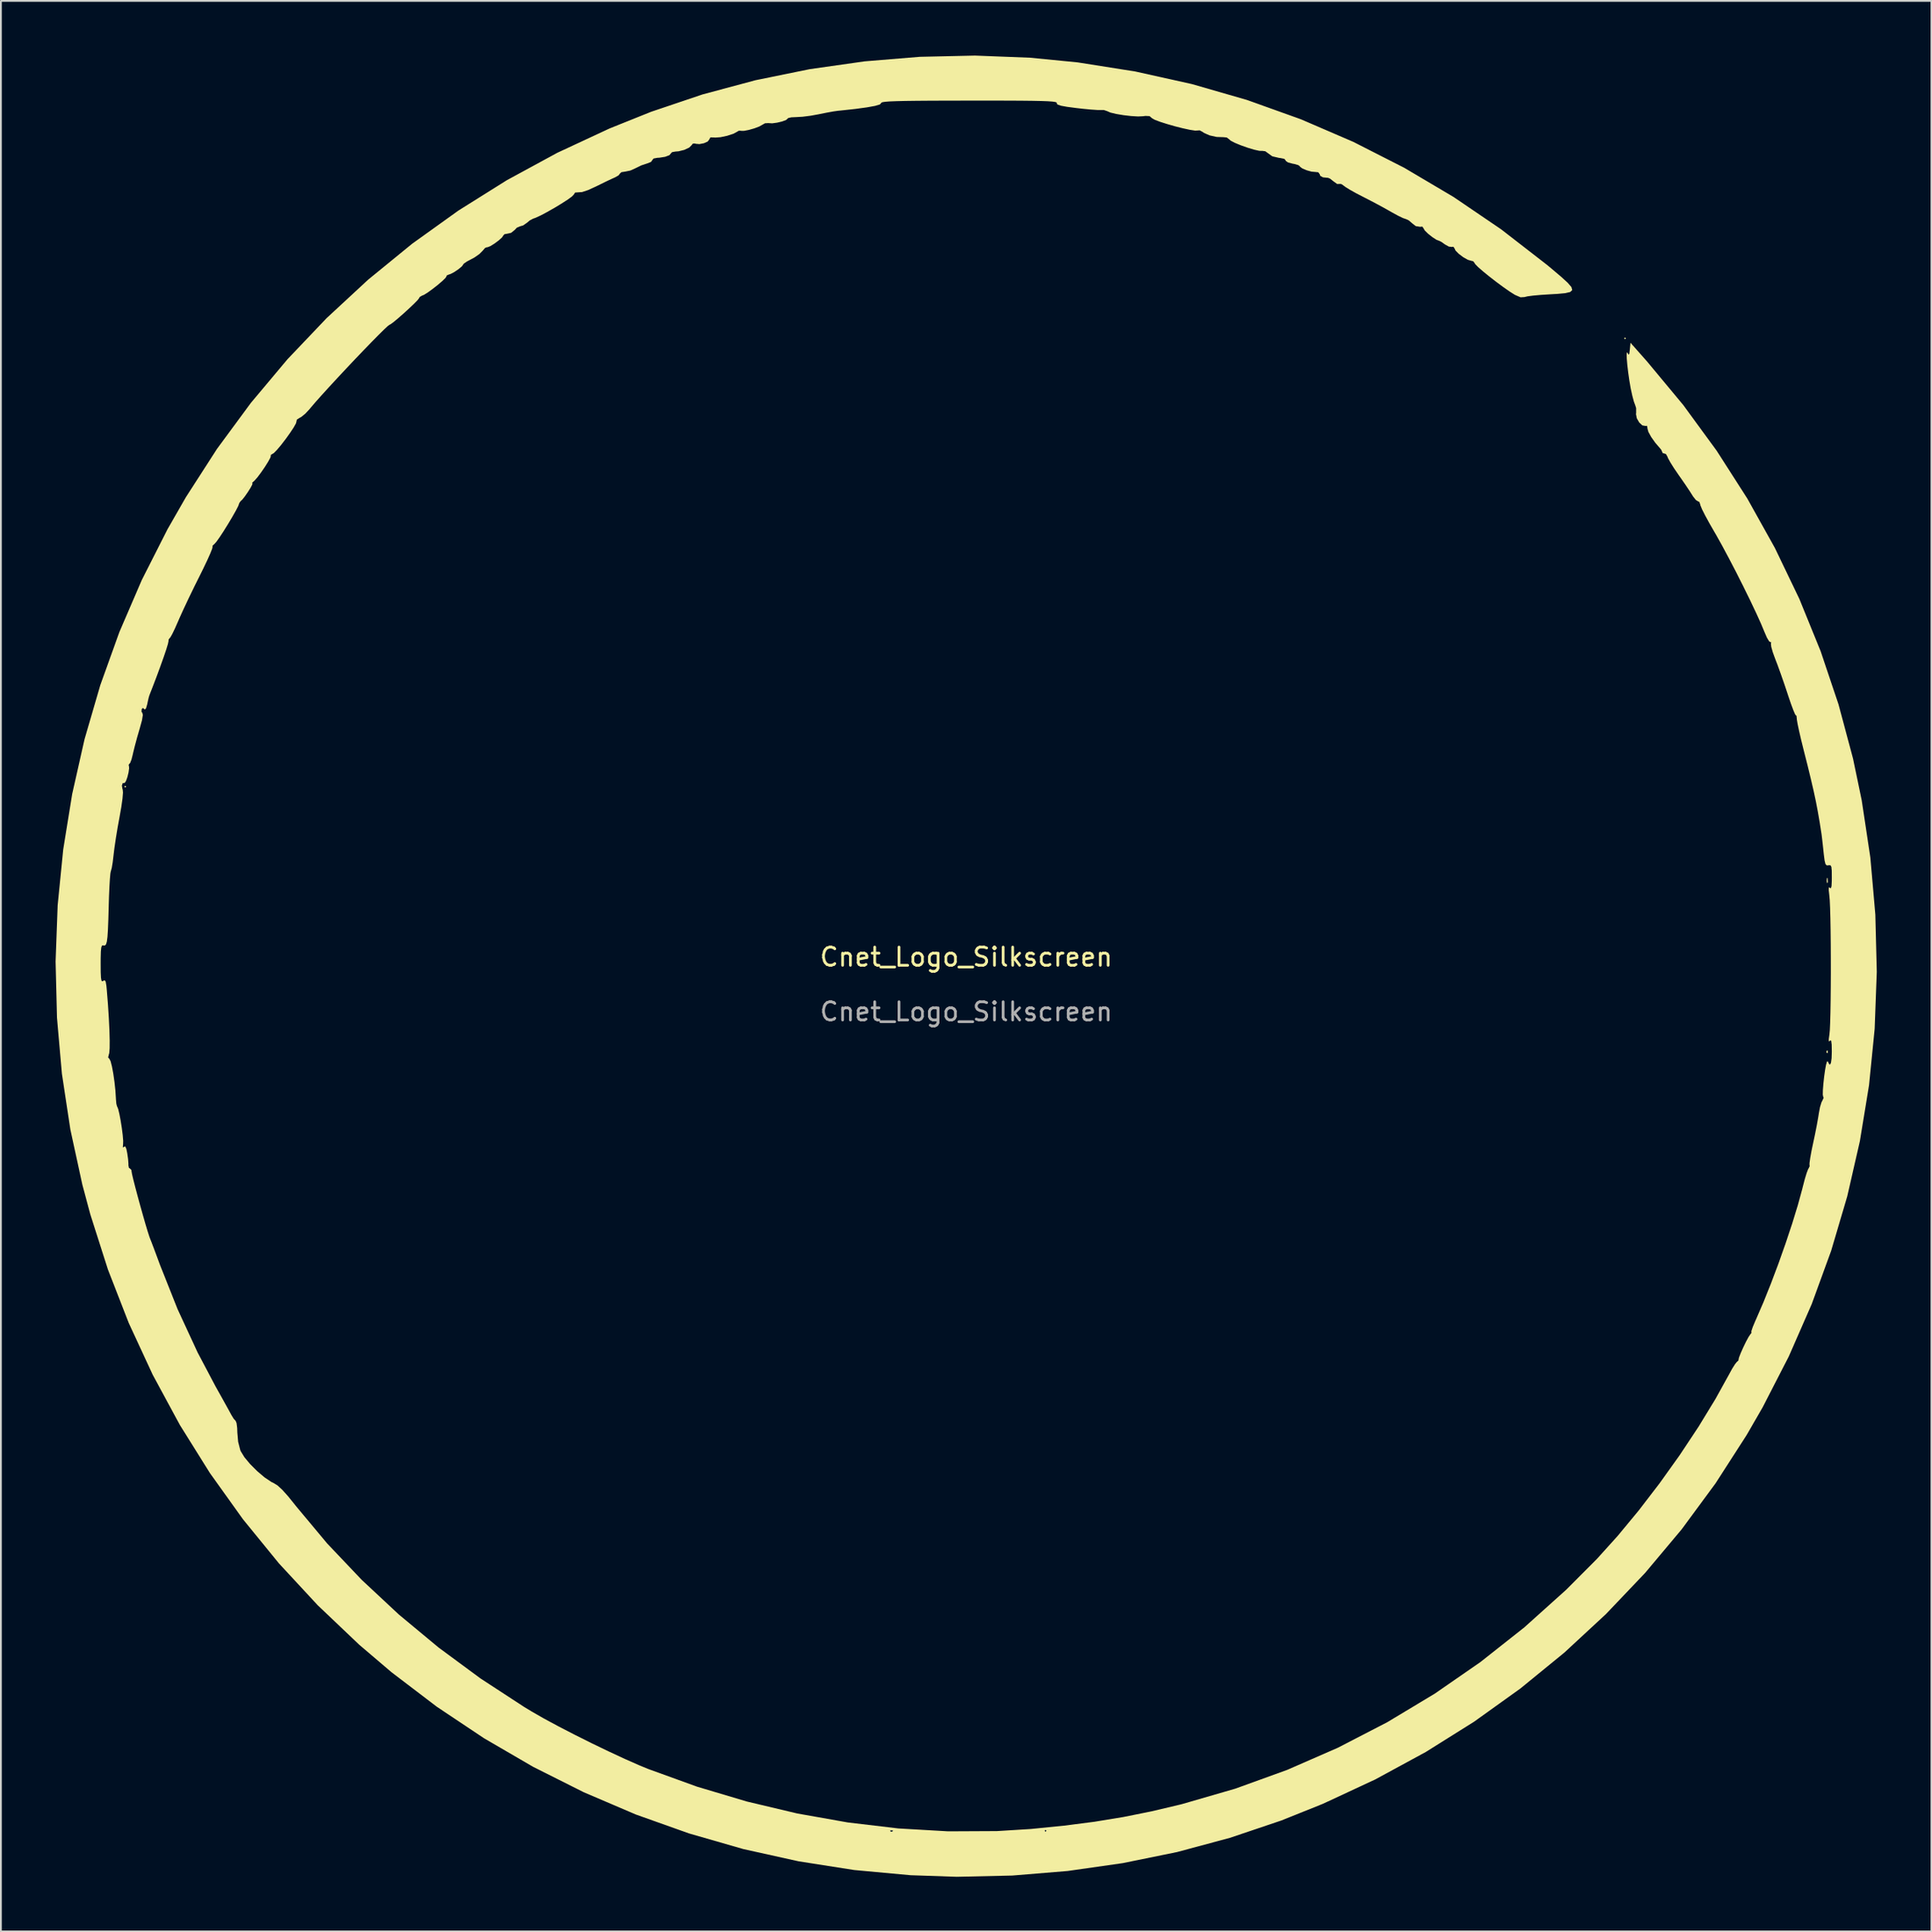
<source format=kicad_pcb>
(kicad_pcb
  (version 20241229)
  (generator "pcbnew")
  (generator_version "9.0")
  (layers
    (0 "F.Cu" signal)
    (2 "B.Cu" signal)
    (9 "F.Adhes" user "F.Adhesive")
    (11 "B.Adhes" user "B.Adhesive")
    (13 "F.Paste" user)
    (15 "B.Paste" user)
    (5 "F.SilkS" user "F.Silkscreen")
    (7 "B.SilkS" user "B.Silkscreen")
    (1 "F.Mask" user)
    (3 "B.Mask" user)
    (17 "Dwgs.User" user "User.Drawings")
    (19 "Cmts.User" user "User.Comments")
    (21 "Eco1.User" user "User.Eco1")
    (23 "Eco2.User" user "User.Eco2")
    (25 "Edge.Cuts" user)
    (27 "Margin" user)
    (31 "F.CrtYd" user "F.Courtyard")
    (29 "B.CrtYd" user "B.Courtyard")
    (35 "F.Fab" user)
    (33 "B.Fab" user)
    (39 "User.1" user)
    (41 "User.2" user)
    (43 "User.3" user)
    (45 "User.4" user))
  (footprint "Cnet_Logo_Silkscreen"
    (layer "F.Cu")
    (at 49.974 49.967)
    (property "Reference" "Cnet_Logo_Silkscreen" (at 0 -0.5 0) (unlocked yes) (layer "F.SilkS") (effects (font (size 1 1) (thickness 0.15))))
    (fp_poly (pts (xy -46.1 -9.85) (xy -46.15 -9.8) (xy -46.2 -9.85) (xy -46.15 -9.9)) (stroke (width 0) (type solid)) (fill yes) (layer "F.SilkS"))
    (fp_poly (pts (xy 36.2 -34.45) (xy 36.15 -34.4) (xy 36.1 -34.45) (xy 36.15 -34.5)) (stroke (width 0) (type solid)) (fill yes) (layer "F.SilkS"))
    (fp_poly (pts (xy 47.266 -4.825) (xy 47.279 -4.62) (xy 47.266 -4.575) (xy 47.23 -4.562) (xy 47.216 -4.7) (xy 47.232 -4.842)) (stroke (width 0) (type solid)) (fill yes) (layer "F.SilkS"))
    (fp_poly (pts (xy 47.267 4.633) (xy 47.279 4.752) (xy 47.267 4.767) (xy 47.207 4.753) (xy 47.2 4.7) (xy 47.237 4.618)) (stroke (width 0) (type solid)) (fill yes) (layer "F.SilkS"))
    (fp_poly (pts (xy 3.495 -49.85) (xy 6.113 -49.594) (xy 9.28 -49.093) (xy 12.38 -48.404) (xy 15.41 -47.53) (xy 18.365 -46.471) (xy 21.241 -45.231) (xy 24.033 -43.81) (xy 26.738 -42.21) (xy 29.352 -40.433) (xy 31.869 -38.482) (xy 32.119 -38.274) (xy 32.639 -37.834) (xy 33.002 -37.503) (xy 33.208 -37.264) (xy 33.254 -37.099) (xy 33.141 -36.993) (xy 32.866 -36.929) (xy 32.429 -36.889) (xy 32.024 -36.866) (xy 31.535 -36.835) (xy 31.11 -36.797) (xy 30.795 -36.755) (xy 30.633 -36.716) (xy 30.631 -36.715) (xy 30.418 -36.702) (xy 30.105 -36.838) (xy 29.816 -37.021) (xy 29.463 -37.268) (xy 29.079 -37.552) (xy 28.699 -37.847) (xy 28.358 -38.125) (xy 28.09 -38.359) (xy 27.93 -38.522) (xy 27.9 -38.575) (xy 27.818 -38.682) (xy 27.73 -38.7) (xy 27.53 -38.758) (xy 27.275 -38.902) (xy 27.028 -39.087) (xy 26.85 -39.267) (xy 26.8 -39.374) (xy 26.733 -39.476) (xy 26.656 -39.466) (xy 26.483 -39.484) (xy 26.267 -39.604) (xy 26.266 -39.606) (xy 26.075 -39.742) (xy 25.958 -39.8) (xy 25.957 -39.8) (xy 25.801 -39.859) (xy 25.577 -40.006) (xy 25.344 -40.19) (xy 25.165 -40.365) (xy 25.1 -40.475) (xy 25.03 -40.581) (xy 24.901 -40.571) (xy 24.665 -40.609) (xy 24.476 -40.758) (xy 24.282 -40.924) (xy 24.122 -40.998) (xy 24.117 -40.998) (xy 23.972 -41.047) (xy 23.708 -41.174) (xy 23.378 -41.353) (xy 23.317 -41.388) (xy 22.904 -41.621) (xy 22.403 -41.891) (xy 21.909 -42.147) (xy 21.8 -42.203) (xy 21.406 -42.407) (xy 21.065 -42.597) (xy 20.827 -42.743) (xy 20.765 -42.789) (xy 20.609 -42.903) (xy 20.54 -42.925) (xy 20.353 -42.919) (xy 20.141 -43.073) (xy 19.965 -43.213) (xy 19.859 -43.258) (xy 19.668 -43.276) (xy 19.575 -43.285) (xy 19.426 -43.368) (xy 19.4 -43.449) (xy 19.317 -43.564) (xy 19.169 -43.579) (xy 18.945 -43.599) (xy 18.68 -43.673) (xy 18.444 -43.772) (xy 18.31 -43.872) (xy 18.3 -43.899) (xy 18.212 -43.96) (xy 17.991 -44.022) (xy 17.9 -44.038) (xy 17.654 -44.104) (xy 17.53 -44.19) (xy 17.525 -44.218) (xy 17.453 -44.301) (xy 17.225 -44.347) (xy 17.172 -44.351) (xy 16.795 -44.439) (xy 16.597 -44.581) (xy 16.409 -44.717) (xy 16.253 -44.737) (xy 16.085 -44.74) (xy 15.795 -44.805) (xy 15.438 -44.912) (xy 15.068 -45.043) (xy 14.739 -45.179) (xy 14.507 -45.3) (xy 14.427 -45.373) (xy 14.296 -45.472) (xy 14.112 -45.489) (xy 13.739 -45.502) (xy 13.353 -45.588) (xy 13.046 -45.723) (xy 12.981 -45.771) (xy 12.809 -45.864) (xy 12.711 -45.857) (xy 12.563 -45.849) (xy 12.273 -45.893) (xy 11.888 -45.977) (xy 11.454 -46.086) (xy 11.021 -46.21) (xy 10.633 -46.334) (xy 10.339 -46.446) (xy 10.186 -46.533) (xy 10.177 -46.544) (xy 10.059 -46.645) (xy 9.832 -46.656) (xy 9.706 -46.639) (xy 9.426 -46.626) (xy 9.045 -46.649) (xy 8.624 -46.698) (xy 8.224 -46.765) (xy 7.905 -46.842) (xy 7.734 -46.917) (xy 7.548 -46.98) (xy 7.384 -46.981) (xy 7.192 -46.981) (xy 6.853 -47.004) (xy 6.419 -47.045) (xy 6.033 -47.089) (xy 5.531 -47.155) (xy 5.203 -47.215) (xy 5.023 -47.273) (xy 4.964 -47.336) (xy 4.969 -47.363) (xy 4.955 -47.394) (xy 4.878 -47.421) (xy 4.721 -47.443) (xy 4.47 -47.461) (xy 4.11 -47.474) (xy 3.626 -47.484) (xy 3.002 -47.491) (xy 2.223 -47.495) (xy 1.274 -47.496) (xy 0.152 -47.496) (xy -0.988 -47.494) (xy -1.941 -47.491) (xy -2.724 -47.485) (xy -3.352 -47.477) (xy -3.837 -47.465) (xy -4.197 -47.451) (xy -4.444 -47.432) (xy -4.594 -47.409) (xy -4.662 -47.382) (xy -4.667 -47.36) (xy -4.739 -47.286) (xy -5.004 -47.207) (xy -5.454 -47.125) (xy -6.083 -47.039) (xy -6.884 -46.952) (xy -7.05 -46.936) (xy -7.296 -46.901) (xy -7.661 -46.835) (xy -8.069 -46.753) (xy -8.1 -46.746) (xy -8.544 -46.666) (xy -8.984 -46.61) (xy -9.325 -46.591) (xy -9.602 -46.578) (xy -9.773 -46.538) (xy -9.8 -46.51) (xy -9.888 -46.432) (xy -10.105 -46.351) (xy -10.383 -46.285) (xy -10.65 -46.249) (xy -10.839 -46.26) (xy -10.847 -46.263) (xy -11.044 -46.252) (xy -11.179 -46.176) (xy -11.357 -46.076) (xy -11.631 -45.973) (xy -11.935 -45.886) (xy -12.201 -45.835) (xy -12.363 -45.836) (xy -12.378 -45.845) (xy -12.489 -45.839) (xy -12.552 -45.799) (xy -12.782 -45.676) (xy -13.124 -45.565) (xy -13.487 -45.488) (xy -13.785 -45.467) (xy -13.842 -45.474) (xy -14.04 -45.477) (xy -14.1 -45.37) (xy -14.1 -45.366) (xy -14.187 -45.251) (xy -14.394 -45.158) (xy -14.644 -45.11) (xy -14.855 -45.128) (xy -14.894 -45.146) (xy -15.015 -45.13) (xy -15.059 -45.063) (xy -15.201 -44.92) (xy -15.469 -44.794) (xy -15.789 -44.714) (xy -15.965 -44.7) (xy -16.146 -44.666) (xy -16.2 -44.607) (xy -16.29 -44.501) (xy -16.524 -44.413) (xy -16.843 -44.362) (xy -16.95 -44.357) (xy -17.16 -44.318) (xy -17.227 -44.232) (xy -17.297 -44.133) (xy -17.498 -44.051) (xy -17.519 -44.046) (xy -17.833 -43.941) (xy -18.142 -43.789) (xy -18.433 -43.658) (xy -18.714 -43.601) (xy -18.725 -43.6) (xy -18.925 -43.568) (xy -19 -43.498) (xy -19.083 -43.391) (xy -19.275 -43.283) (xy -19.493 -43.185) (xy -19.826 -43.027) (xy -20.211 -42.837) (xy -20.307 -42.79) (xy -20.747 -42.588) (xy -21.083 -42.477) (xy -21.272 -42.464) (xy -21.465 -42.45) (xy -21.541 -42.334) (xy -21.644 -42.228) (xy -21.883 -42.056) (xy -22.215 -41.842) (xy -22.599 -41.61) (xy -22.993 -41.386) (xy -23.353 -41.195) (xy -23.64 -41.062) (xy -23.772 -41.016) (xy -23.951 -40.922) (xy -24.109 -40.791) (xy -24.316 -40.646) (xy -24.476 -40.6) (xy -24.664 -40.522) (xy -24.777 -40.4) (xy -24.975 -40.24) (xy -25.151 -40.2) (xy -25.338 -40.166) (xy -25.4 -40.101) (xy -25.475 -39.987) (xy -25.658 -39.822) (xy -25.893 -39.648) (xy -26.118 -39.509) (xy -26.274 -39.447) (xy -26.302 -39.451) (xy -26.404 -39.412) (xy -26.534 -39.261) (xy -26.717 -39.076) (xy -27 -38.88) (xy -27.145 -38.803) (xy -27.405 -38.664) (xy -27.57 -38.551) (xy -27.6 -38.51) (xy -27.677 -38.4) (xy -27.866 -38.243) (xy -28.099 -38.086) (xy -28.31 -37.977) (xy -28.385 -37.955) (xy -28.512 -37.9) (xy -28.52 -37.859) (xy -28.577 -37.765) (xy -28.754 -37.593) (xy -29.005 -37.378) (xy -29.288 -37.157) (xy -29.555 -36.963) (xy -29.764 -36.834) (xy -29.855 -36.8) (xy -29.994 -36.719) (xy -30.018 -36.667) (xy -30.099 -36.558) (xy -30.294 -36.358) (xy -30.562 -36.103) (xy -30.864 -35.826) (xy -31.163 -35.564) (xy -31.419 -35.35) (xy -31.593 -35.222) (xy -31.64 -35.2) (xy -31.738 -35.13) (xy -31.95 -34.933) (xy -32.256 -34.63) (xy -32.638 -34.243) (xy -33.074 -33.792) (xy -33.546 -33.299) (xy -34.032 -32.784) (xy -34.513 -32.269) (xy -34.969 -31.775) (xy -35.38 -31.323) (xy -35.726 -30.934) (xy -35.987 -30.628) (xy -36.039 -30.564) (xy -36.271 -30.315) (xy -36.498 -30.132) (xy -36.581 -30.089) (xy -36.734 -29.99) (xy -36.752 -29.903) (xy -36.782 -29.786) (xy -36.911 -29.556) (xy -37.11 -29.256) (xy -37.348 -28.924) (xy -37.595 -28.603) (xy -37.822 -28.333) (xy -37.998 -28.154) (xy -38.081 -28.104) (xy -38.169 -28.052) (xy -38.159 -28.015) (xy -38.189 -27.902) (xy -38.31 -27.678) (xy -38.49 -27.392) (xy -38.697 -27.091) (xy -38.899 -26.822) (xy -39.064 -26.634) (xy -39.124 -26.583) (xy -39.193 -26.513) (xy -39.17 -26.502) (xy -39.179 -26.43) (xy -39.274 -26.251) (xy -39.421 -26.017) (xy -39.584 -25.782) (xy -39.73 -25.597) (xy -39.819 -25.517) (xy -39.899 -25.403) (xy -39.9 -25.388) (xy -39.951 -25.248) (xy -40.087 -24.985) (xy -40.282 -24.641) (xy -40.511 -24.258) (xy -40.748 -23.877) (xy -40.969 -23.54) (xy -41.148 -23.288) (xy -41.259 -23.162) (xy -41.269 -23.157) (xy -41.366 -23.063) (xy -41.358 -23.013) (xy -41.383 -22.899) (xy -41.487 -22.639) (xy -41.656 -22.263) (xy -41.876 -21.801) (xy -42.081 -21.388) (xy -42.377 -20.794) (xy -42.674 -20.18) (xy -42.946 -19.602) (xy -43.167 -19.116) (xy -43.25 -18.925) (xy -43.421 -18.536) (xy -43.57 -18.228) (xy -43.676 -18.04) (xy -43.714 -18) (xy -43.772 -17.918) (xy -43.778 -17.825) (xy -43.81 -17.674) (xy -43.903 -17.37) (xy -44.047 -16.946) (xy -44.229 -16.435) (xy -44.438 -15.869) (xy -44.662 -15.282) (xy -44.773 -15) (xy -44.828 -14.858) (xy -44.865 -14.735) (xy -44.908 -14.547) (xy -44.946 -14.365) (xy -45.013 -14.139) (xy -45.081 -14.081) (xy -45.1 -14.101) (xy -45.187 -14.169) (xy -45.25 -14.099) (xy -45.258 -13.953) (xy -45.218 -13.911) (xy -45.186 -13.785) (xy -45.233 -13.491) (xy -45.362 -13.021) (xy -45.369 -12.997) (xy -45.504 -12.533) (xy -45.629 -12.068) (xy -45.722 -11.688) (xy -45.735 -11.625) (xy -45.809 -11.333) (xy -45.885 -11.143) (xy -45.927 -11.1) (xy -45.968 -11.038) (xy -45.953 -11.005) (xy -45.938 -10.864) (xy -45.97 -10.632) (xy -46.033 -10.374) (xy -46.11 -10.159) (xy -46.182 -10.052) (xy -46.203 -10.052) (xy -46.296 -10.037) (xy -46.336 -9.9) (xy -46.304 -9.718) (xy -46.29 -9.689) (xy -46.275 -9.524) (xy -46.302 -9.194) (xy -46.368 -8.729) (xy -46.463 -8.189) (xy -46.568 -7.612) (xy -46.665 -7.025) (xy -46.743 -6.498) (xy -46.793 -6.097) (xy -46.793 -6.092) (xy -46.838 -5.711) (xy -46.888 -5.404) (xy -46.934 -5.228) (xy -46.94 -5.216) (xy -46.966 -5.083) (xy -46.993 -4.783) (xy -47.019 -4.352) (xy -47.042 -3.823) (xy -47.059 -3.274) (xy -47.079 -2.549) (xy -47.101 -2.001) (xy -47.127 -1.608) (xy -47.161 -1.347) (xy -47.206 -1.196) (xy -47.265 -1.132) (xy -47.34 -1.133) (xy -47.359 -1.14) (xy -47.423 -1.132) (xy -47.465 -1.029) (xy -47.489 -0.803) (xy -47.499 -0.422) (xy -47.5 -0.135) (xy -47.497 0.336) (xy -47.483 0.635) (xy -47.456 0.792) (xy -47.41 0.835) (xy -47.359 0.807) (xy -47.279 0.772) (xy -47.225 0.851) (xy -47.186 1.076) (xy -47.163 1.32) (xy -47.099 2.118) (xy -47.051 2.862) (xy -47.019 3.525) (xy -47.004 4.082) (xy -47.007 4.507) (xy -47.029 4.774) (xy -47.05 4.846) (xy -47.09 5.011) (xy -47.021 5.087) (xy -46.955 5.216) (xy -46.882 5.499) (xy -46.809 5.892) (xy -46.743 6.349) (xy -46.692 6.824) (xy -46.663 7.272) (xy -46.662 7.3) (xy -46.64 7.547) (xy -46.602 7.693) (xy -46.596 7.7) (xy -46.54 7.834) (xy -46.473 8.113) (xy -46.403 8.482) (xy -46.339 8.887) (xy -46.29 9.272) (xy -46.264 9.585) (xy -46.268 9.754) (xy -46.283 9.938) (xy -46.238 9.938) (xy -46.221 9.915) (xy -46.152 9.889) (xy -46.089 10.036) (xy -46.042 10.265) (xy -45.996 10.588) (xy -45.976 10.849) (xy -45.978 10.925) (xy -45.949 11.072) (xy -45.899 11.1) (xy -45.816 11.182) (xy -45.802 11.275) (xy -45.776 11.424) (xy -45.705 11.726) (xy -45.599 12.142) (xy -45.468 12.632) (xy -45.324 13.159) (xy -45.177 13.684) (xy -45.038 14.166) (xy -44.917 14.568) (xy -44.826 14.851) (xy -44.789 14.95) (xy -44.722 15.117) (xy -44.603 15.429) (xy -44.448 15.844) (xy -44.273 16.317) (xy -44.253 16.372) (xy -43.278 18.826) (xy -42.178 21.203) (xy -41.203 23.05) (xy -40.933 23.532) (xy -40.688 23.972) (xy -40.489 24.332) (xy -40.358 24.572) (xy -40.331 24.623) (xy -40.2 24.836) (xy -40.094 24.954) (xy -40.043 25.078) (xy -40.009 25.339) (xy -40 25.598) (xy -39.956 26.1) (xy -39.839 26.556) (xy -39.814 26.618) (xy -39.615 26.945) (xy -39.298 27.326) (xy -38.911 27.712) (xy -38.507 28.055) (xy -38.137 28.303) (xy -38.013 28.363) (xy -37.8 28.493) (xy -37.538 28.732) (xy -37.209 29.099) (xy -36.793 29.616) (xy -36.78 29.633) (xy -35.067 31.685) (xy -33.18 33.673) (xy -31.136 35.581) (xy -28.957 37.391) (xy -26.66 39.086) (xy -24.266 40.649) (xy -23.842 40.906) (xy -23.183 41.284) (xy -22.385 41.714) (xy -21.495 42.174) (xy -20.559 42.642) (xy -19.623 43.093) (xy -18.734 43.506) (xy -17.939 43.857) (xy -17.45 44.058) (xy -14.773 45.028) (xy -12.041 45.842) (xy -9.276 46.498) (xy -6.499 46.991) (xy -3.732 47.319) (xy -0.996 47.478) (xy 1.685 47.465) (xy 1.927 47.45) (xy 4.3 47.45) (xy 4.35 47.5) (xy 4.4 47.45) (xy 4.35 47.4) (xy 4.3 47.45) (xy 1.927 47.45) (xy 3.55 47.349) (xy 5.362 47.168) (xy 7.033 46.953) (xy 8.619 46.693) (xy 10.179 46.379) (xy 11.768 46.003) (xy 11.834 45.986) (xy 14.758 45.139) (xy 17.613 44.106) (xy 20.393 42.891) (xy 23.09 41.497) (xy 25.699 39.93) (xy 28.211 38.192) (xy 30.62 36.289) (xy 32.92 34.223) (xy 34.602 32.536) (xy 35.74 31.275) (xy 36.899 29.875) (xy 38.047 28.379) (xy 39.154 26.829) (xy 40.188 25.269) (xy 41.118 23.743) (xy 41.847 22.425) (xy 42.031 22.09) (xy 42.19 21.837) (xy 42.295 21.708) (xy 42.312 21.7) (xy 42.378 21.633) (xy 42.375 21.618) (xy 42.402 21.487) (xy 42.498 21.237) (xy 42.636 20.925) (xy 42.79 20.609) (xy 42.932 20.345) (xy 43.036 20.19) (xy 43.05 20.177) (xy 43.1 20.109) (xy 43.081 20.102) (xy 43.087 20.018) (xy 43.163 19.796) (xy 43.296 19.478) (xy 43.346 19.366) (xy 43.74 18.458) (xy 44.151 17.433) (xy 44.563 16.34) (xy 44.958 15.225) (xy 45.32 14.137) (xy 45.631 13.125) (xy 45.874 12.236) (xy 45.91 12.093) (xy 46.017 11.682) (xy 46.119 11.347) (xy 46.2 11.135) (xy 46.232 11.086) (xy 46.285 10.966) (xy 46.274 10.936) (xy 46.274 10.809) (xy 46.313 10.531) (xy 46.383 10.143) (xy 46.465 9.75) (xy 46.574 9.236) (xy 46.675 8.727) (xy 46.752 8.296) (xy 46.785 8.084) (xy 46.848 7.744) (xy 46.93 7.474) (xy 46.985 7.367) (xy 47.05 7.223) (xy 47.023 7.164) (xy 47.002 7.052) (xy 47.008 6.796) (xy 47.035 6.45) (xy 47.077 6.068) (xy 47.128 5.703) (xy 47.182 5.409) (xy 47.232 5.24) (xy 47.243 5.224) (xy 47.296 5.243) (xy 47.3 5.283) (xy 47.367 5.393) (xy 47.4 5.4) (xy 47.451 5.307) (xy 47.486 5.057) (xy 47.498 4.691) (xy 47.498 4.675) (xy 47.49 4.301) (xy 47.465 4.105) (xy 47.419 4.07) (xy 47.39 4.1) (xy 47.335 4.136) (xy 47.33 4.007) (xy 47.366 3.75) (xy 47.389 3.507) (xy 47.407 3.095) (xy 47.422 2.544) (xy 47.433 1.885) (xy 47.44 1.148) (xy 47.444 0.364) (xy 47.443 -0.436) (xy 47.439 -1.222) (xy 47.431 -1.964) (xy 47.419 -2.63) (xy 47.403 -3.19) (xy 47.384 -3.614) (xy 47.363 -3.85) (xy 47.328 -4.178) (xy 47.335 -4.325) (xy 47.385 -4.307) (xy 47.39 -4.3) (xy 47.447 -4.271) (xy 47.482 -4.392) (xy 47.497 -4.685) (xy 47.498 -4.866) (xy 47.495 -5.236) (xy 47.474 -5.445) (xy 47.425 -5.533) (xy 47.337 -5.538) (xy 47.313 -5.532) (xy 47.216 -5.528) (xy 47.151 -5.601) (xy 47.103 -5.789) (xy 47.059 -6.127) (xy 47.044 -6.267) (xy 47.001 -6.667) (xy 46.962 -7.01) (xy 46.935 -7.23) (xy 46.932 -7.25) (xy 46.832 -7.891) (xy 46.732 -8.471) (xy 46.624 -9.034) (xy 46.498 -9.623) (xy 46.346 -10.279) (xy 46.159 -11.045) (xy 45.943 -11.9) (xy 45.812 -12.428) (xy 45.702 -12.903) (xy 45.622 -13.284) (xy 45.58 -13.529) (xy 45.577 -13.581) (xy 45.56 -13.739) (xy 45.526 -13.76) (xy 45.478 -13.829) (xy 45.382 -14.055) (xy 45.253 -14.404) (xy 45.103 -14.844) (xy 45.076 -14.928) (xy 44.892 -15.478) (xy 44.696 -16.04) (xy 44.514 -16.542) (xy 44.385 -16.878) (xy 44.255 -17.236) (xy 44.173 -17.528) (xy 44.155 -17.701) (xy 44.161 -17.718) (xy 44.172 -17.787) (xy 44.136 -17.772) (xy 44.056 -17.827) (xy 43.936 -18.028) (xy 43.804 -18.331) (xy 43.803 -18.332) (xy 43.612 -18.793) (xy 43.341 -19.389) (xy 43.012 -20.083) (xy 42.642 -20.835) (xy 42.253 -21.608) (xy 41.861 -22.361) (xy 41.488 -23.058) (xy 41.153 -23.659) (xy 41.041 -23.85) (xy 40.773 -24.317) (xy 40.546 -24.733) (xy 40.379 -25.065) (xy 40.29 -25.277) (xy 40.28 -25.325) (xy 40.229 -25.473) (xy 40.165 -25.5) (xy 40.039 -25.579) (xy 39.884 -25.774) (xy 39.852 -25.825) (xy 39.709 -26.051) (xy 39.487 -26.383) (xy 39.224 -26.765) (xy 39.092 -26.951) (xy 38.843 -27.317) (xy 38.639 -27.64) (xy 38.51 -27.875) (xy 38.481 -27.951) (xy 38.397 -28.101) (xy 38.319 -28.125) (xy 38.209 -28.16) (xy 38.2 -28.193) (xy 38.137 -28.337) (xy 38.071 -28.418) (xy 37.812 -28.718) (xy 37.588 -29.034) (xy 37.433 -29.314) (xy 37.38 -29.506) (xy 37.381 -29.516) (xy 37.36 -29.648) (xy 37.268 -29.643) (xy 37.101 -29.672) (xy 36.93 -29.832) (xy 36.798 -30.06) (xy 36.751 -30.294) (xy 36.76 -30.353) (xy 36.76 -30.624) (xy 36.708 -30.785) (xy 36.635 -30.982) (xy 36.548 -31.309) (xy 36.464 -31.695) (xy 36.459 -31.72) (xy 36.385 -32.151) (xy 36.323 -32.587) (xy 36.275 -32.994) (xy 36.246 -33.336) (xy 36.239 -33.578) (xy 36.255 -33.685) (xy 36.289 -33.65) (xy 36.349 -33.551) (xy 36.386 -33.609) (xy 36.414 -33.829) (xy 36.45 -34.208) (xy 37.35 -33.192) (xy 39.342 -30.796) (xy 41.18 -28.283) (xy 42.859 -25.663) (xy 44.373 -22.949) (xy 45.716 -20.153) (xy 46.883 -17.286) (xy 47.867 -14.359) (xy 48.663 -11.386) (xy 49.139 -9.1) (xy 49.612 -5.962) (xy 49.887 -2.823) (xy 49.966 0.311) (xy 49.85 3.431) (xy 49.541 6.529) (xy 49.039 9.597) (xy 48.346 12.628) (xy 47.464 15.614) (xy 46.395 18.546) (xy 45.138 21.417) (xy 43.697 24.22) (xy 42.824 25.732) (xy 41.117 28.383) (xy 39.257 30.908) (xy 37.25 33.301) (xy 35.102 35.558) (xy 32.818 37.673) (xy 30.405 39.643) (xy 27.867 41.463) (xy 25.212 43.127) (xy 22.444 44.631) (xy 19.57 45.969) (xy 17.295 46.882) (xy 14.474 47.834) (xy 11.566 48.616) (xy 8.59 49.223) (xy 5.569 49.654) (xy 2.523 49.905) (xy -0.526 49.973) (xy -3.05 49.887) (xy -6.144 49.602) (xy -9.209 49.122) (xy -12.236 48.451) (xy -15.215 47.593) (xy -15.664 47.433) (xy -4.167 47.433) (xy -4.153 47.493) (xy -4.1 47.5) (xy -4.018 47.463) (xy -4.033 47.433) (xy -4.152 47.421) (xy -4.167 47.433) (xy -15.664 47.433) (xy -18.137 46.553) (xy -20.991 45.333) (xy -23.768 43.939) (xy -26.458 42.374) (xy -29.051 40.643) (xy -31.538 38.749) (xy -33.314 37.236) (xy -35.59 35.071) (xy -37.716 32.776) (xy -39.689 30.356) (xy -41.503 27.821) (xy -43.156 25.175) (xy -44.643 22.425) (xy -45.96 19.58) (xy -47.103 16.644) (xy -48.067 13.625) (xy -48.503 12) (xy -49.163 8.965) (xy -49.627 5.905) (xy -49.897 2.83) (xy -49.974 -0.252) (xy -49.86 -3.33) (xy -49.556 -6.395) (xy -49.064 -9.438) (xy -48.386 -12.448) (xy -47.521 -15.417) (xy -46.473 -18.334) (xy -45.242 -21.191) (xy -43.83 -23.977) (xy -42.824 -25.732) (xy -41.117 -28.383) (xy -39.257 -30.908) (xy -37.25 -33.301) (xy -35.102 -35.558) (xy -32.818 -37.673) (xy -30.405 -39.643) (xy -27.867 -41.463) (xy -25.212 -43.127) (xy -22.444 -44.631) (xy -19.57 -45.969) (xy -17.295 -46.882) (xy -14.474 -47.834) (xy -11.567 -48.614) (xy -8.597 -49.22) (xy -5.585 -49.649) (xy -2.551 -49.899) (xy 0.482 -49.967)) (stroke (width 0) (type solid)) (fill yes) (layer "F.SilkS"))
    (fp_text user "${REFERENCE}" (at 0 2.5 0) (unlocked yes) (layer "F.Fab") (effects (font (size 1 1) (thickness 0.15)))))
  (gr_rect
    (start -3 -3)
    (end 102.94 102.939)
    (stroke (width 0.1) (type default))
    (fill no)
    (layer "Edge.Cuts")))
</source>
